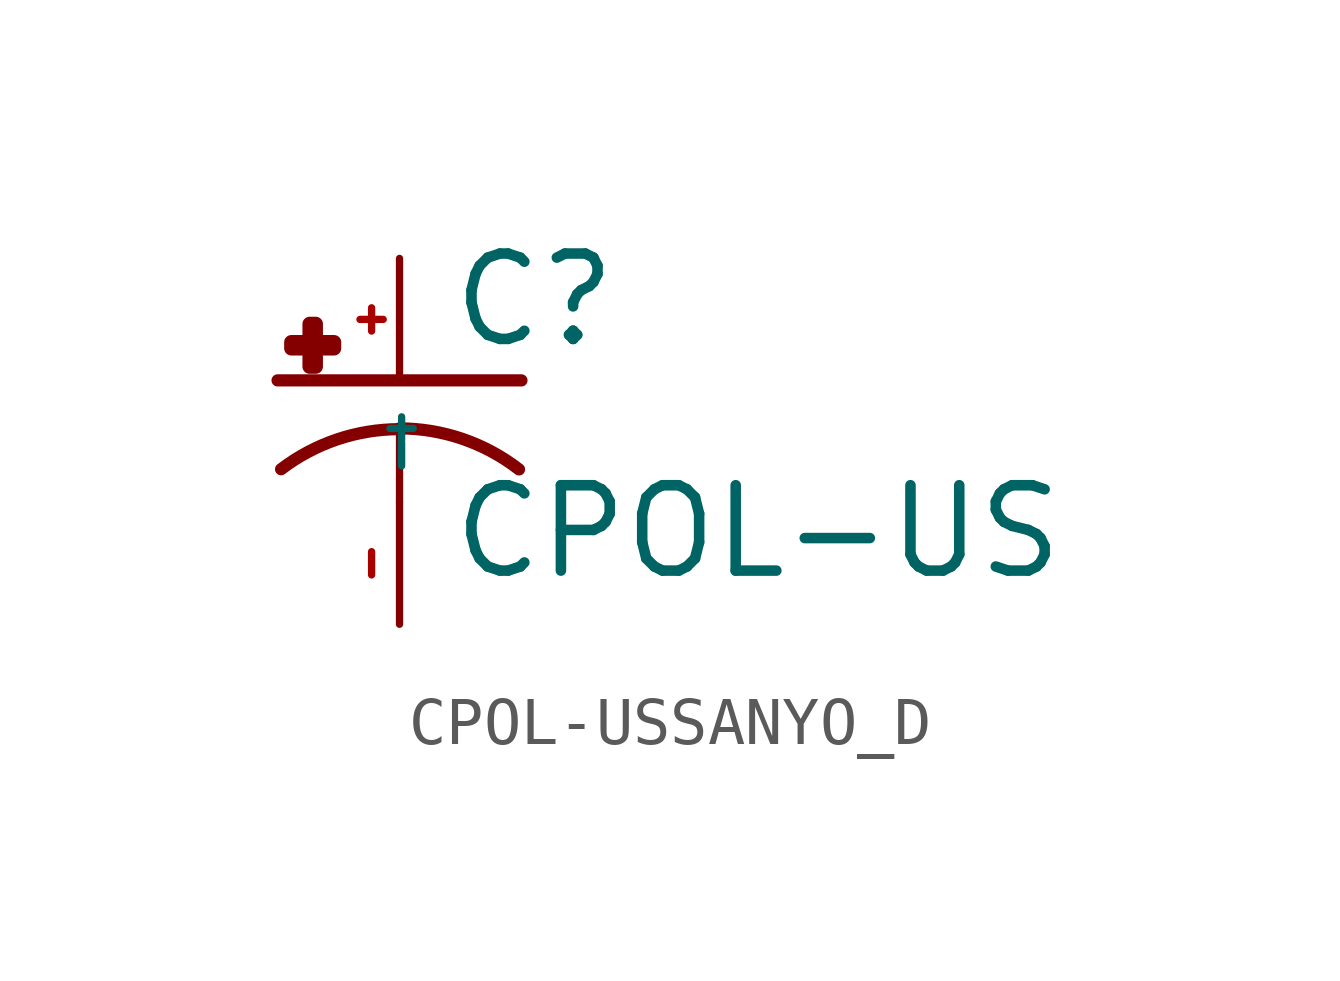
<source format=kicad_sym>
(kicad_symbol_lib
  (version 20220914)
  (generator Eagle2Kicad)
  (symbol "CPOL-USSANYO_D"
    (property "Reference" "C"
      (at 1.016 0.635 0)
      (effects (font (size 1.778 1.778) (thickness 0.22)) (justify left bottom)))
    (property "Value" "CPOL-US"
      (at 1.016 -4.191 0)
      (effects (font (size 1.778 1.778) (thickness 0.22)) (justify left bottom)))
    (polyline
      (pts (xy -2.54 0) (xy 2.54 0))
      (stroke (width 0.254) (type default))
      (fill (type none)))
    (polyline
      (pts (xy 0 -1.016) (xy 0 -2.54))
      (stroke (width 0.152) (type default))
      (fill (type none)))
    (arc
      (start 2.4892 -1.8542)
      (mid 1.316 -1.220)
      (end 0 -1)
      (stroke (width 0.254) (type default))
      (fill (type none)))
    (arc
      (start 0 -1.0161)
      (mid -1.302 -1.230)
      (end -2.4669 -1.8504)
      (stroke (width 0.254) (type default))
      (fill (type none)))
    (rectangle
      (start -2.253 0.668)
      (end -1.364 0.795)
      (stroke (width 0.3) (type default))
      (fill (type outline)))
    (rectangle
      (start -1.872 0.287)
      (end -1.745 1.176)
      (stroke (width 0.3) (type default))
      (fill (type outline)))
    (pin passive line
      (at 0 2.54 270)
      (length 2.54)
      (name "+" (effects (font (size 0.635 0.635) (thickness 0.08)) (justify left bottom)))
      (number "+" (effects (font (size 0.635 0.635) (thickness 0.08)) (justify left bottom))))
    (pin passive line
      (at 0 -5.08 90)
      (length 2.54)
      (name "-" (effects (font (size 0.635 0.635) (thickness 0.08)) (justify left bottom)))
      (number "-" (effects (font (size 0.635 0.635) (thickness 0.08)) (justify left bottom))))))
</source>
